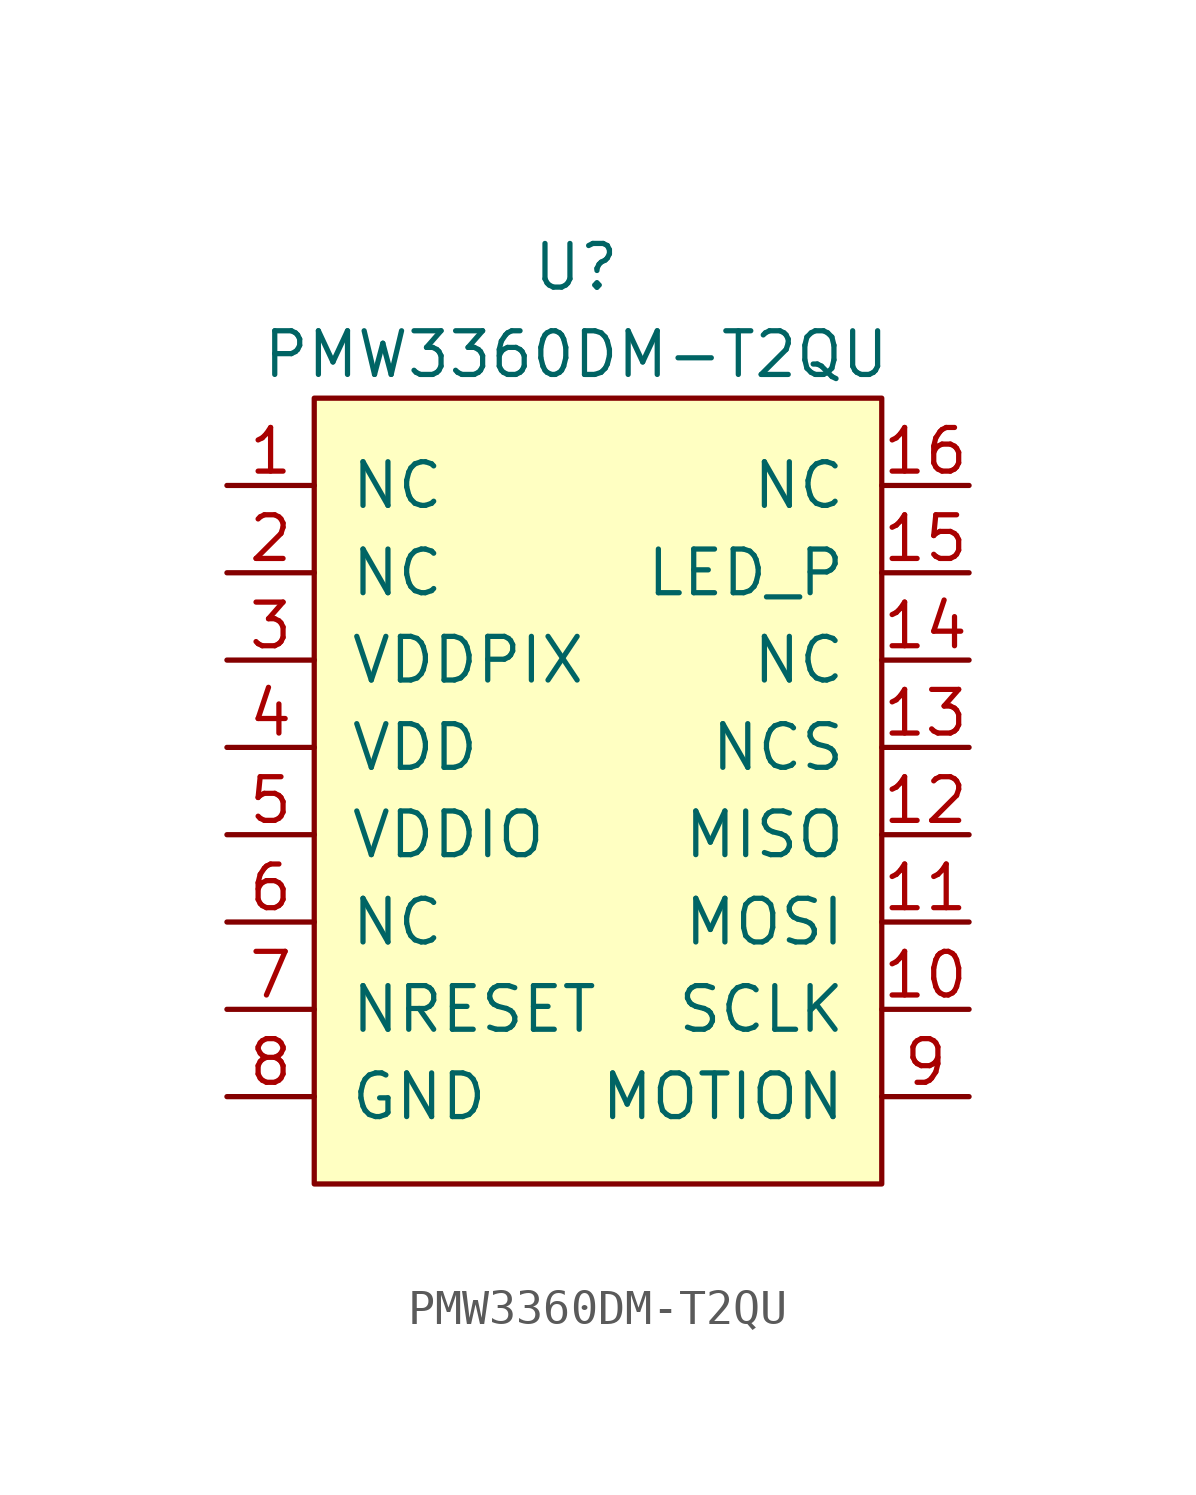
<source format=kicad_sym>
(kicad_symbol_lib
  (version 20201005)
  (generator kicad_symbol_editor)
  (symbol "pmw3360dm-t2qu:PMW3360DM-T2QU"
    (pin_names
      (offset 1.016))
    (property "Reference" "U"
      (at 0 12.7 0)
      (effects (font (size 1.27 1.27))))
    (property "Value" "PMW3360DM-T2QU"
      (at 0 10.16 0)
      (effects (font (size 1.27 1.27))))
    (symbol "PMW3360DM-T2QU_0_1"
      (rectangle (start -7.62 8.89) (end 8.89 -13.97) (stroke (width 0)) (fill (type background))))
    (symbol "PMW3360DM-T2QU_1_1"
      (pin input line (at -10.16 6.35 0) (length 2.54) (name "NC" (effects (font (size 1.27 1.27)))) (number "1" (effects (font (size 1.27 1.27)))))
      (pin input line (at 11.43 -8.89 180) (length 2.54) (name "SCLK" (effects (font (size 1.27 1.27)))) (number "10" (effects (font (size 1.27 1.27)))))
      (pin input line (at 11.43 -6.35 180) (length 2.54) (name "MOSI" (effects (font (size 1.27 1.27)))) (number "11" (effects (font (size 1.27 1.27)))))
      (pin input line (at 11.43 -3.81 180) (length 2.54) (name "MISO" (effects (font (size 1.27 1.27)))) (number "12" (effects (font (size 1.27 1.27)))))
      (pin input line (at 11.43 -1.27 180) (length 2.54) (name "NCS" (effects (font (size 1.27 1.27)))) (number "13" (effects (font (size 1.27 1.27)))))
      (pin input line (at 11.43 1.27 180) (length 2.54) (name "NC" (effects (font (size 1.27 1.27)))) (number "14" (effects (font (size 1.27 1.27)))))
      (pin input line (at 11.43 3.81 180) (length 2.54) (name "LED_P" (effects (font (size 1.27 1.27)))) (number "15" (effects (font (size 1.27 1.27)))))
      (pin input line (at 11.43 6.35 180) (length 2.54) (name "NC" (effects (font (size 1.27 1.27)))) (number "16" (effects (font (size 1.27 1.27)))))
      (pin input line (at -10.16 3.81 0) (length 2.54) (name "NC" (effects (font (size 1.27 1.27)))) (number "2" (effects (font (size 1.27 1.27)))))
      (pin input line (at -10.16 1.27 0) (length 2.54) (name "VDDPIX" (effects (font (size 1.27 1.27)))) (number "3" (effects (font (size 1.27 1.27)))))
      (pin input line (at -10.16 -1.27 0) (length 2.54) (name "VDD" (effects (font (size 1.27 1.27)))) (number "4" (effects (font (size 1.27 1.27)))))
      (pin input line (at -10.16 -3.81 0) (length 2.54) (name "VDDIO" (effects (font (size 1.27 1.27)))) (number "5" (effects (font (size 1.27 1.27)))))
      (pin input line (at -10.16 -6.35 0) (length 2.54) (name "NC" (effects (font (size 1.27 1.27)))) (number "6" (effects (font (size 1.27 1.27)))))
      (pin input line (at -10.16 -8.89 0) (length 2.54) (name "NRESET" (effects (font (size 1.27 1.27)))) (number "7" (effects (font (size 1.27 1.27)))))
      (pin input line (at -10.16 -11.43 0) (length 2.54) (name "GND" (effects (font (size 1.27 1.27)))) (number "8" (effects (font (size 1.27 1.27)))))
      (pin input line (at 11.43 -11.43 180) (length 2.54) (name "MOTION" (effects (font (size 1.27 1.27)))) (number "9" (effects (font (size 1.27 1.27))))))))
</source>
